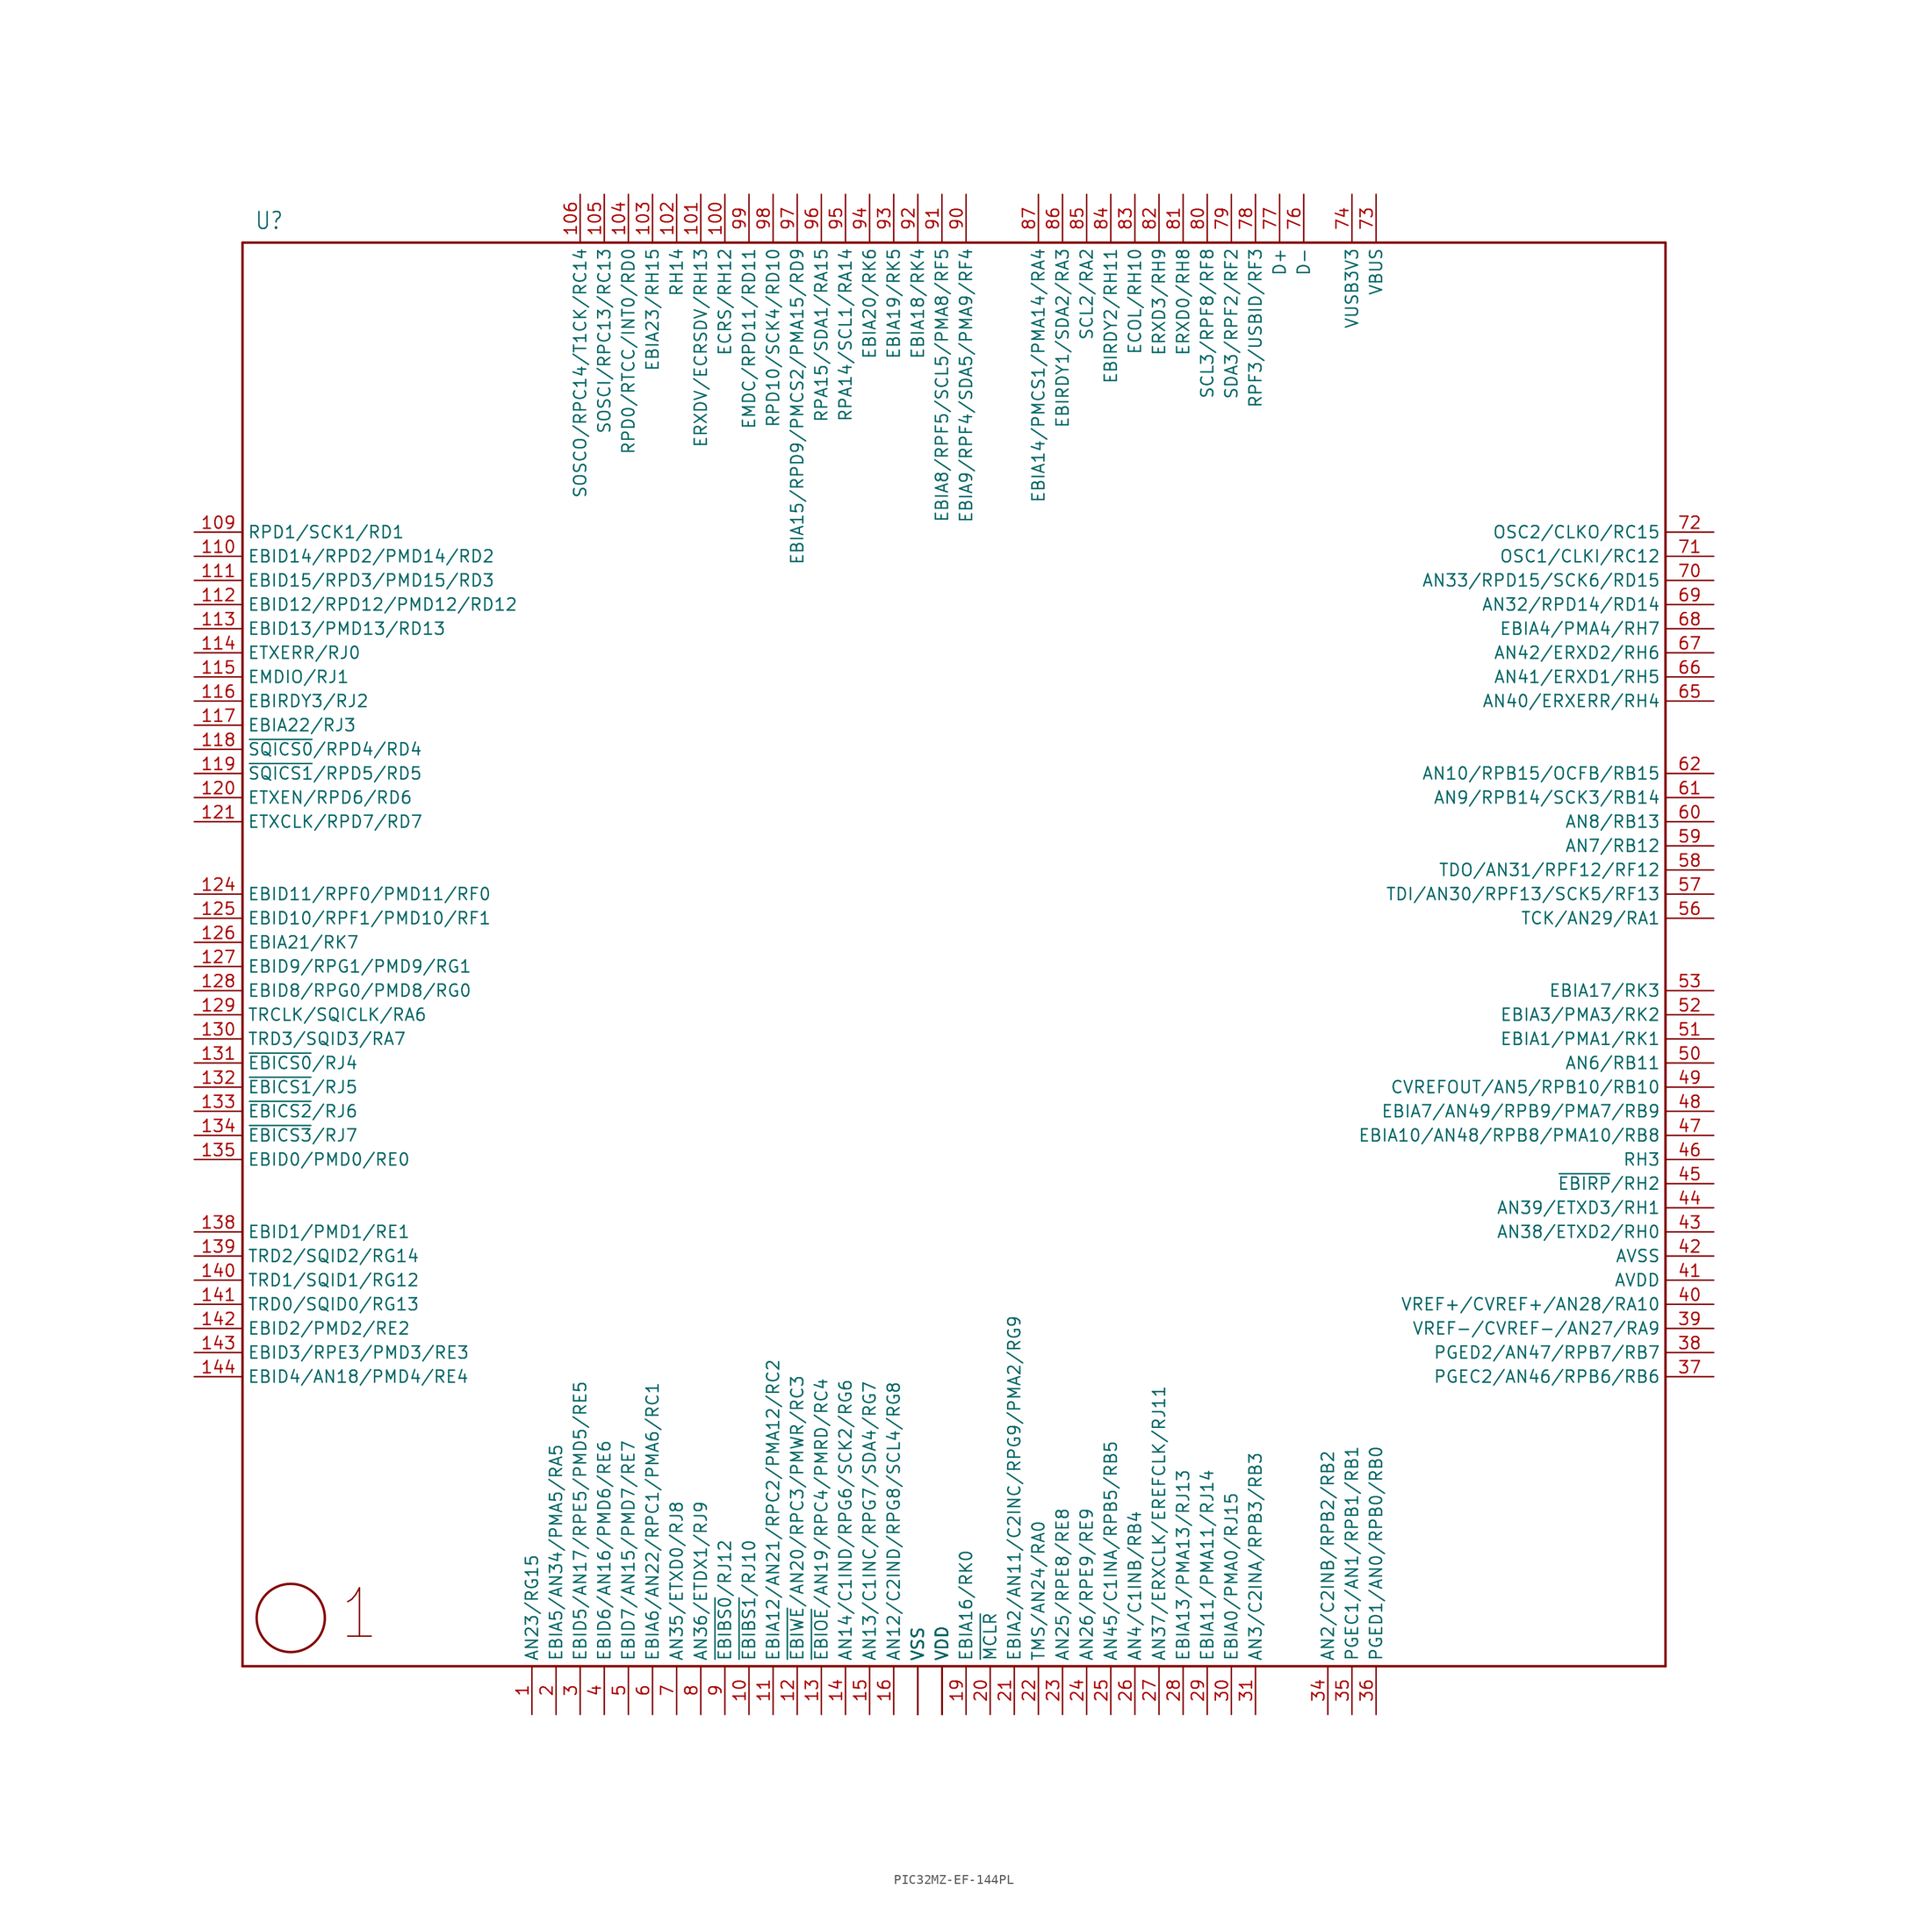
<source format=kicad_sym>
(kicad_symbol_lib
  (version 20231120)
  (generator "kicad_symbol_editor")
  (generator_version "8.0")
  (symbol "PIC32MZ-EF-144PL"
    (property "Reference" "U"
      (at -52.07 52.07 0)
      (effects (font (size 1.778 1.511)) (justify left bottom)))
    (property "Value" ""
      (at -10.16 -20.32 0)
      (effects (font (size 5.08 4.318)) (justify left bottom)))
    (property "ki_locked" ""
      (at 0 0 0)
      (effects (font (size 1.27 1.27))))
    (symbol "PIC32MZ-EF-144PL_1_0"
      (circle (center -48.26 -93.98) (radius 3.592) (stroke (width 0.254) (type solid)) (fill (type none)))
      (polyline (pts (xy -53.34 -99.06) (xy -53.34 50.8)) (stroke (width 0.254) (type solid)) (fill (type none)))
      (polyline (pts (xy -53.34 50.8) (xy 96.52 50.8)) (stroke (width 0.254) (type solid)) (fill (type none)))
      (polyline (pts (xy 96.52 -99.06) (xy -53.34 -99.06)) (stroke (width 0.254) (type solid)) (fill (type none)))
      (polyline (pts (xy 96.52 50.8) (xy 96.52 -99.06)) (stroke (width 0.254) (type solid)) (fill (type none)))
      (text "1" (at -43.18 -96.52 0) (effects (font (size 5.08 4.318)) (justify left bottom)))
      (pin bidirectional line (at -22.86 -104.14 90) (length 5.08) (name "AN23/RG15" (effects (font (size 1.27 1.27)))) (number "1" (effects (font (size 1.27 1.27)))))
      (pin bidirectional line (at 0 -104.14 90) (length 5.08) (name "~{EBIBS1}/RJ10" (effects (font (size 1.27 1.27)))) (number "10" (effects (font (size 1.27 1.27)))))
      (pin bidirectional line (at -2.54 55.88 270) (length 5.08) (name "ECRS/RH12" (effects (font (size 1.27 1.27)))) (number "100" (effects (font (size 1.27 1.27)))))
      (pin bidirectional line (at -5.08 55.88 270) (length 5.08) (name "ERXDV/ECRSDV/RH13" (effects (font (size 1.27 1.27)))) (number "101" (effects (font (size 1.27 1.27)))))
      (pin bidirectional line (at -7.62 55.88 270) (length 5.08) (name "RH14" (effects (font (size 1.27 1.27)))) (number "102" (effects (font (size 1.27 1.27)))))
      (pin bidirectional line (at -10.16 55.88 270) (length 5.08) (name "EBIA23/RH15" (effects (font (size 1.27 1.27)))) (number "103" (effects (font (size 1.27 1.27)))))
      (pin bidirectional line (at -12.7 55.88 270) (length 5.08) (name "RPD0/RTCC/INT0/RD0" (effects (font (size 1.27 1.27)))) (number "104" (effects (font (size 1.27 1.27)))))
      (pin bidirectional line (at -15.24 55.88 270) (length 5.08) (name "SOSCI/RPC13/RC13" (effects (font (size 1.27 1.27)))) (number "105" (effects (font (size 1.27 1.27)))))
      (pin bidirectional line (at -17.78 55.88 270) (length 5.08) (name "SOSCO/RPC14/T1CK/RC14" (effects (font (size 1.27 1.27)))) (number "106" (effects (font (size 1.27 1.27)))))
      (pin bidirectional line (at 20.32 -104.14 90) (length 5.08) (name "VDD" (effects (font (size 1.27 1.27)))) (number "107" (effects (font (size 0 0)))))
      (pin bidirectional line (at 17.78 -104.14 90) (length 5.08) (name "VSS" (effects (font (size 1.27 1.27)))) (number "108" (effects (font (size 0 0)))))
      (pin bidirectional line (at -58.42 20.32 0) (length 5.08) (name "RPD1/SCK1/RD1" (effects (font (size 1.27 1.27)))) (number "109" (effects (font (size 1.27 1.27)))))
      (pin bidirectional line (at 2.54 -104.14 90) (length 5.08) (name "EBIA12/AN21/RPC2/PMA12/RC2" (effects (font (size 1.27 1.27)))) (number "11" (effects (font (size 1.27 1.27)))))
      (pin bidirectional line (at -58.42 17.78 0) (length 5.08) (name "EBID14/RPD2/PMD14/RD2" (effects (font (size 1.27 1.27)))) (number "110" (effects (font (size 1.27 1.27)))))
      (pin bidirectional line (at -58.42 15.24 0) (length 5.08) (name "EBID15/RPD3/PMD15/RD3" (effects (font (size 1.27 1.27)))) (number "111" (effects (font (size 1.27 1.27)))))
      (pin bidirectional line (at -58.42 12.7 0) (length 5.08) (name "EBID12/RPD12/PMD12/RD12" (effects (font (size 1.27 1.27)))) (number "112" (effects (font (size 1.27 1.27)))))
      (pin bidirectional line (at -58.42 10.16 0) (length 5.08) (name "EBID13/PMD13/RD13" (effects (font (size 1.27 1.27)))) (number "113" (effects (font (size 1.27 1.27)))))
      (pin bidirectional line (at -58.42 7.62 0) (length 5.08) (name "ETXERR/RJ0" (effects (font (size 1.27 1.27)))) (number "114" (effects (font (size 1.27 1.27)))))
      (pin bidirectional line (at -58.42 5.08 0) (length 5.08) (name "EMDIO/RJ1" (effects (font (size 1.27 1.27)))) (number "115" (effects (font (size 1.27 1.27)))))
      (pin bidirectional line (at -58.42 2.54 0) (length 5.08) (name "EBIRDY3/RJ2" (effects (font (size 1.27 1.27)))) (number "116" (effects (font (size 1.27 1.27)))))
      (pin bidirectional line (at -58.42 0 0) (length 5.08) (name "EBIA22/RJ3" (effects (font (size 1.27 1.27)))) (number "117" (effects (font (size 1.27 1.27)))))
      (pin bidirectional line (at -58.42 -2.54 0) (length 5.08) (name "~{SQICS0}/RPD4/RD4" (effects (font (size 1.27 1.27)))) (number "118" (effects (font (size 1.27 1.27)))))
      (pin bidirectional line (at -58.42 -5.08 0) (length 5.08) (name "~{SQICS1}/RPD5/RD5" (effects (font (size 1.27 1.27)))) (number "119" (effects (font (size 1.27 1.27)))))
      (pin bidirectional line (at 5.08 -104.14 90) (length 5.08) (name "~{EBIWE}/AN20/RPC3/PMWR/RC3" (effects (font (size 1.27 1.27)))) (number "12" (effects (font (size 1.27 1.27)))))
      (pin bidirectional line (at -58.42 -7.62 0) (length 5.08) (name "ETXEN/RPD6/RD6" (effects (font (size 1.27 1.27)))) (number "120" (effects (font (size 1.27 1.27)))))
      (pin bidirectional line (at -58.42 -10.16 0) (length 5.08) (name "ETXCLK/RPD7/RD7" (effects (font (size 1.27 1.27)))) (number "121" (effects (font (size 1.27 1.27)))))
      (pin bidirectional line (at 20.32 -104.14 90) (length 5.08) (name "VDD" (effects (font (size 1.27 1.27)))) (number "122" (effects (font (size 0 0)))))
      (pin bidirectional line (at 17.78 -104.14 90) (length 5.08) (name "VSS" (effects (font (size 1.27 1.27)))) (number "123" (effects (font (size 0 0)))))
      (pin bidirectional line (at -58.42 -17.78 0) (length 5.08) (name "EBID11/RPF0/PMD11/RF0" (effects (font (size 1.27 1.27)))) (number "124" (effects (font (size 1.27 1.27)))))
      (pin bidirectional line (at -58.42 -20.32 0) (length 5.08) (name "EBID10/RPF1/PMD10/RF1" (effects (font (size 1.27 1.27)))) (number "125" (effects (font (size 1.27 1.27)))))
      (pin bidirectional line (at -58.42 -22.86 0) (length 5.08) (name "EBIA21/RK7" (effects (font (size 1.27 1.27)))) (number "126" (effects (font (size 1.27 1.27)))))
      (pin bidirectional line (at -58.42 -25.4 0) (length 5.08) (name "EBID9/RPG1/PMD9/RG1" (effects (font (size 1.27 1.27)))) (number "127" (effects (font (size 1.27 1.27)))))
      (pin bidirectional line (at -58.42 -27.94 0) (length 5.08) (name "EBID8/RPG0/PMD8/RG0" (effects (font (size 1.27 1.27)))) (number "128" (effects (font (size 1.27 1.27)))))
      (pin bidirectional line (at -58.42 -30.48 0) (length 5.08) (name "TRCLK/SQICLK/RA6" (effects (font (size 1.27 1.27)))) (number "129" (effects (font (size 1.27 1.27)))))
      (pin bidirectional line (at 7.62 -104.14 90) (length 5.08) (name "~{EBIOE}/AN19/RPC4/PMRD/RC4" (effects (font (size 1.27 1.27)))) (number "13" (effects (font (size 1.27 1.27)))))
      (pin bidirectional line (at -58.42 -33.02 0) (length 5.08) (name "TRD3/SQID3/RA7" (effects (font (size 1.27 1.27)))) (number "130" (effects (font (size 1.27 1.27)))))
      (pin bidirectional line (at -58.42 -35.56 0) (length 5.08) (name "~{EBICS0}/RJ4" (effects (font (size 1.27 1.27)))) (number "131" (effects (font (size 1.27 1.27)))))
      (pin bidirectional line (at -58.42 -38.1 0) (length 5.08) (name "~{EBICS1}/RJ5" (effects (font (size 1.27 1.27)))) (number "132" (effects (font (size 1.27 1.27)))))
      (pin bidirectional line (at -58.42 -40.64 0) (length 5.08) (name "~{EBICS2}/RJ6" (effects (font (size 1.27 1.27)))) (number "133" (effects (font (size 1.27 1.27)))))
      (pin bidirectional line (at -58.42 -43.18 0) (length 5.08) (name "~{EBICS3}/RJ7" (effects (font (size 1.27 1.27)))) (number "134" (effects (font (size 1.27 1.27)))))
      (pin bidirectional line (at -58.42 -45.72 0) (length 5.08) (name "EBID0/PMD0/RE0" (effects (font (size 1.27 1.27)))) (number "135" (effects (font (size 1.27 1.27)))))
      (pin bidirectional line (at 17.78 -104.14 90) (length 5.08) (name "VSS" (effects (font (size 1.27 1.27)))) (number "136" (effects (font (size 0 0)))))
      (pin bidirectional line (at 20.32 -104.14 90) (length 5.08) (name "VDD" (effects (font (size 1.27 1.27)))) (number "137" (effects (font (size 0 0)))))
      (pin bidirectional line (at -58.42 -53.34 0) (length 5.08) (name "EBID1/PMD1/RE1" (effects (font (size 1.27 1.27)))) (number "138" (effects (font (size 1.27 1.27)))))
      (pin bidirectional line (at -58.42 -55.88 0) (length 5.08) (name "TRD2/SQID2/RG14" (effects (font (size 1.27 1.27)))) (number "139" (effects (font (size 1.27 1.27)))))
      (pin bidirectional line (at 10.16 -104.14 90) (length 5.08) (name "AN14/C1IND/RPG6/SCK2/RG6" (effects (font (size 1.27 1.27)))) (number "14" (effects (font (size 1.27 1.27)))))
      (pin bidirectional line (at -58.42 -58.42 0) (length 5.08) (name "TRD1/SQID1/RG12" (effects (font (size 1.27 1.27)))) (number "140" (effects (font (size 1.27 1.27)))))
      (pin bidirectional line (at -58.42 -60.96 0) (length 5.08) (name "TRD0/SQID0/RG13" (effects (font (size 1.27 1.27)))) (number "141" (effects (font (size 1.27 1.27)))))
      (pin bidirectional line (at -58.42 -63.5 0) (length 5.08) (name "EBID2/PMD2/RE2" (effects (font (size 1.27 1.27)))) (number "142" (effects (font (size 1.27 1.27)))))
      (pin bidirectional line (at -58.42 -66.04 0) (length 5.08) (name "EBID3/RPE3/PMD3/RE3" (effects (font (size 1.27 1.27)))) (number "143" (effects (font (size 1.27 1.27)))))
      (pin bidirectional line (at -58.42 -68.58 0) (length 5.08) (name "EBID4/AN18/PMD4/RE4" (effects (font (size 1.27 1.27)))) (number "144" (effects (font (size 1.27 1.27)))))
      (pin bidirectional line (at 12.7 -104.14 90) (length 5.08) (name "AN13/C1INC/RPG7/SDA4/RG7" (effects (font (size 1.27 1.27)))) (number "15" (effects (font (size 1.27 1.27)))))
      (pin bidirectional line (at 15.24 -104.14 90) (length 5.08) (name "AN12/C2IND/RPG8/SCL4/RG8" (effects (font (size 1.27 1.27)))) (number "16" (effects (font (size 1.27 1.27)))))
      (pin bidirectional line (at 17.78 -104.14 90) (length 5.08) (name "VSS" (effects (font (size 1.27 1.27)))) (number "17" (effects (font (size 0 0)))))
      (pin bidirectional line (at 20.32 -104.14 90) (length 5.08) (name "VDD" (effects (font (size 1.27 1.27)))) (number "18" (effects (font (size 0 0)))))
      (pin bidirectional line (at 22.86 -104.14 90) (length 5.08) (name "EBIA16/RK0" (effects (font (size 1.27 1.27)))) (number "19" (effects (font (size 1.27 1.27)))))
      (pin bidirectional line (at -20.32 -104.14 90) (length 5.08) (name "EBIA5/AN34/PMA5/RA5" (effects (font (size 1.27 1.27)))) (number "2" (effects (font (size 1.27 1.27)))))
      (pin bidirectional line (at 25.4 -104.14 90) (length 5.08) (name "~{MCLR}" (effects (font (size 1.27 1.27)))) (number "20" (effects (font (size 1.27 1.27)))))
      (pin bidirectional line (at 27.94 -104.14 90) (length 5.08) (name "EBIA2/AN11/C2INC/RPG9/PMA2/RG9" (effects (font (size 1.27 1.27)))) (number "21" (effects (font (size 1.27 1.27)))))
      (pin bidirectional line (at 30.48 -104.14 90) (length 5.08) (name "TMS/AN24/RA0" (effects (font (size 1.27 1.27)))) (number "22" (effects (font (size 1.27 1.27)))))
      (pin bidirectional line (at 33.02 -104.14 90) (length 5.08) (name "AN25/RPE8/RE8" (effects (font (size 1.27 1.27)))) (number "23" (effects (font (size 1.27 1.27)))))
      (pin bidirectional line (at 35.56 -104.14 90) (length 5.08) (name "AN26/RPE9/RE9" (effects (font (size 1.27 1.27)))) (number "24" (effects (font (size 1.27 1.27)))))
      (pin bidirectional line (at 38.1 -104.14 90) (length 5.08) (name "AN45/C1INA/RPB5/RB5" (effects (font (size 1.27 1.27)))) (number "25" (effects (font (size 1.27 1.27)))))
      (pin bidirectional line (at 40.64 -104.14 90) (length 5.08) (name "AN4/C1INB/RB4" (effects (font (size 1.27 1.27)))) (number "26" (effects (font (size 1.27 1.27)))))
      (pin bidirectional line (at 43.18 -104.14 90) (length 5.08) (name "AN37/ERXCLK/EREFCLK/RJ11" (effects (font (size 1.27 1.27)))) (number "27" (effects (font (size 1.27 1.27)))))
      (pin bidirectional line (at 45.72 -104.14 90) (length 5.08) (name "EBIA13/PMA13/RJ13" (effects (font (size 1.27 1.27)))) (number "28" (effects (font (size 1.27 1.27)))))
      (pin bidirectional line (at 48.26 -104.14 90) (length 5.08) (name "EBIA11/PMA11/RJ14" (effects (font (size 1.27 1.27)))) (number "29" (effects (font (size 1.27 1.27)))))
      (pin bidirectional line (at -17.78 -104.14 90) (length 5.08) (name "EBID5/AN17/RPE5/PMD5/RE5" (effects (font (size 1.27 1.27)))) (number "3" (effects (font (size 1.27 1.27)))))
      (pin bidirectional line (at 50.8 -104.14 90) (length 5.08) (name "EBIA0/PMA0/RJ15" (effects (font (size 1.27 1.27)))) (number "30" (effects (font (size 1.27 1.27)))))
      (pin bidirectional line (at 53.34 -104.14 90) (length 5.08) (name "AN3/C2INA/RPB3/RB3" (effects (font (size 1.27 1.27)))) (number "31" (effects (font (size 1.27 1.27)))))
      (pin bidirectional line (at 17.78 -104.14 90) (length 5.08) (name "VSS" (effects (font (size 1.27 1.27)))) (number "32" (effects (font (size 0 0)))))
      (pin bidirectional line (at 20.32 -104.14 90) (length 5.08) (name "VDD" (effects (font (size 1.27 1.27)))) (number "33" (effects (font (size 0 0)))))
      (pin bidirectional line (at 60.96 -104.14 90) (length 5.08) (name "AN2/C2INB/RPB2/RB2" (effects (font (size 1.27 1.27)))) (number "34" (effects (font (size 1.27 1.27)))))
      (pin bidirectional line (at 63.5 -104.14 90) (length 5.08) (name "PGEC1/AN1/RPB1/RB1" (effects (font (size 1.27 1.27)))) (number "35" (effects (font (size 1.27 1.27)))))
      (pin bidirectional line (at 66.04 -104.14 90) (length 5.08) (name "PGED1/AN0/RPB0/RB0" (effects (font (size 1.27 1.27)))) (number "36" (effects (font (size 1.27 1.27)))))
      (pin bidirectional line (at 101.6 -68.58 180) (length 5.08) (name "PGEC2/AN46/RPB6/RB6" (effects (font (size 1.27 1.27)))) (number "37" (effects (font (size 1.27 1.27)))))
      (pin bidirectional line (at 101.6 -66.04 180) (length 5.08) (name "PGED2/AN47/RPB7/RB7" (effects (font (size 1.27 1.27)))) (number "38" (effects (font (size 1.27 1.27)))))
      (pin bidirectional line (at 101.6 -63.5 180) (length 5.08) (name "VREF-/CVREF-/AN27/RA9" (effects (font (size 1.27 1.27)))) (number "39" (effects (font (size 1.27 1.27)))))
      (pin bidirectional line (at -15.24 -104.14 90) (length 5.08) (name "EBID6/AN16/PMD6/RE6" (effects (font (size 1.27 1.27)))) (number "4" (effects (font (size 1.27 1.27)))))
      (pin bidirectional line (at 101.6 -60.96 180) (length 5.08) (name "VREF+/CVREF+/AN28/RA10" (effects (font (size 1.27 1.27)))) (number "40" (effects (font (size 1.27 1.27)))))
      (pin bidirectional line (at 101.6 -58.42 180) (length 5.08) (name "AVDD" (effects (font (size 1.27 1.27)))) (number "41" (effects (font (size 1.27 1.27)))))
      (pin bidirectional line (at 101.6 -55.88 180) (length 5.08) (name "AVSS" (effects (font (size 1.27 1.27)))) (number "42" (effects (font (size 1.27 1.27)))))
      (pin bidirectional line (at 101.6 -53.34 180) (length 5.08) (name "AN38/ETXD2/RH0" (effects (font (size 1.27 1.27)))) (number "43" (effects (font (size 1.27 1.27)))))
      (pin bidirectional line (at 101.6 -50.8 180) (length 5.08) (name "AN39/ETXD3/RH1" (effects (font (size 1.27 1.27)))) (number "44" (effects (font (size 1.27 1.27)))))
      (pin bidirectional line (at 101.6 -48.26 180) (length 5.08) (name "~{EBIRP}/RH2" (effects (font (size 1.27 1.27)))) (number "45" (effects (font (size 1.27 1.27)))))
      (pin bidirectional line (at 101.6 -45.72 180) (length 5.08) (name "RH3" (effects (font (size 1.27 1.27)))) (number "46" (effects (font (size 1.27 1.27)))))
      (pin bidirectional line (at 101.6 -43.18 180) (length 5.08) (name "EBIA10/AN48/RPB8/PMA10/RB8" (effects (font (size 1.27 1.27)))) (number "47" (effects (font (size 1.27 1.27)))))
      (pin bidirectional line (at 101.6 -40.64 180) (length 5.08) (name "EBIA7/AN49/RPB9/PMA7/RB9" (effects (font (size 1.27 1.27)))) (number "48" (effects (font (size 1.27 1.27)))))
      (pin bidirectional line (at 101.6 -38.1 180) (length 5.08) (name "CVREFOUT/AN5/RPB10/RB10" (effects (font (size 1.27 1.27)))) (number "49" (effects (font (size 1.27 1.27)))))
      (pin bidirectional line (at -12.7 -104.14 90) (length 5.08) (name "EBID7/AN15/PMD7/RE7" (effects (font (size 1.27 1.27)))) (number "5" (effects (font (size 1.27 1.27)))))
      (pin bidirectional line (at 101.6 -35.56 180) (length 5.08) (name "AN6/RB11" (effects (font (size 1.27 1.27)))) (number "50" (effects (font (size 1.27 1.27)))))
      (pin bidirectional line (at 101.6 -33.02 180) (length 5.08) (name "EBIA1/PMA1/RK1" (effects (font (size 1.27 1.27)))) (number "51" (effects (font (size 1.27 1.27)))))
      (pin bidirectional line (at 101.6 -30.48 180) (length 5.08) (name "EBIA3/PMA3/RK2" (effects (font (size 1.27 1.27)))) (number "52" (effects (font (size 1.27 1.27)))))
      (pin bidirectional line (at 101.6 -27.94 180) (length 5.08) (name "EBIA17/RK3" (effects (font (size 1.27 1.27)))) (number "53" (effects (font (size 1.27 1.27)))))
      (pin bidirectional line (at 17.78 -104.14 90) (length 5.08) (name "VSS" (effects (font (size 1.27 1.27)))) (number "54" (effects (font (size 0 0)))))
      (pin bidirectional line (at 20.32 -104.14 90) (length 5.08) (name "VDD" (effects (font (size 1.27 1.27)))) (number "55" (effects (font (size 0 0)))))
      (pin bidirectional line (at 101.6 -20.32 180) (length 5.08) (name "TCK/AN29/RA1" (effects (font (size 1.27 1.27)))) (number "56" (effects (font (size 1.27 1.27)))))
      (pin bidirectional line (at 101.6 -17.78 180) (length 5.08) (name "TDI/AN30/RPF13/SCK5/RF13" (effects (font (size 1.27 1.27)))) (number "57" (effects (font (size 1.27 1.27)))))
      (pin bidirectional line (at 101.6 -15.24 180) (length 5.08) (name "TDO/AN31/RPF12/RF12" (effects (font (size 1.27 1.27)))) (number "58" (effects (font (size 1.27 1.27)))))
      (pin bidirectional line (at 101.6 -12.7 180) (length 5.08) (name "AN7/RB12" (effects (font (size 1.27 1.27)))) (number "59" (effects (font (size 1.27 1.27)))))
      (pin bidirectional line (at -10.16 -104.14 90) (length 5.08) (name "EBIA6/AN22/RPC1/PMA6/RC1" (effects (font (size 1.27 1.27)))) (number "6" (effects (font (size 1.27 1.27)))))
      (pin bidirectional line (at 101.6 -10.16 180) (length 5.08) (name "AN8/RB13" (effects (font (size 1.27 1.27)))) (number "60" (effects (font (size 1.27 1.27)))))
      (pin bidirectional line (at 101.6 -7.62 180) (length 5.08) (name "AN9/RPB14/SCK3/RB14" (effects (font (size 1.27 1.27)))) (number "61" (effects (font (size 1.27 1.27)))))
      (pin bidirectional line (at 101.6 -5.08 180) (length 5.08) (name "AN10/RPB15/OCFB/RB15" (effects (font (size 1.27 1.27)))) (number "62" (effects (font (size 1.27 1.27)))))
      (pin bidirectional line (at 17.78 -104.14 90) (length 5.08) (name "VSS" (effects (font (size 1.27 1.27)))) (number "63" (effects (font (size 0 0)))))
      (pin bidirectional line (at 20.32 -104.14 90) (length 5.08) (name "VDD" (effects (font (size 1.27 1.27)))) (number "64" (effects (font (size 0 0)))))
      (pin bidirectional line (at 101.6 2.54 180) (length 5.08) (name "AN40/ERXERR/RH4" (effects (font (size 1.27 1.27)))) (number "65" (effects (font (size 1.27 1.27)))))
      (pin bidirectional line (at 101.6 5.08 180) (length 5.08) (name "AN41/ERXD1/RH5" (effects (font (size 1.27 1.27)))) (number "66" (effects (font (size 1.27 1.27)))))
      (pin bidirectional line (at 101.6 7.62 180) (length 5.08) (name "AN42/ERXD2/RH6" (effects (font (size 1.27 1.27)))) (number "67" (effects (font (size 1.27 1.27)))))
      (pin bidirectional line (at 101.6 10.16 180) (length 5.08) (name "EBIA4/PMA4/RH7" (effects (font (size 1.27 1.27)))) (number "68" (effects (font (size 1.27 1.27)))))
      (pin bidirectional line (at 101.6 12.7 180) (length 5.08) (name "AN32/RPD14/RD14" (effects (font (size 1.27 1.27)))) (number "69" (effects (font (size 1.27 1.27)))))
      (pin bidirectional line (at -7.62 -104.14 90) (length 5.08) (name "AN35/ETXD0/RJ8" (effects (font (size 1.27 1.27)))) (number "7" (effects (font (size 1.27 1.27)))))
      (pin bidirectional line (at 101.6 15.24 180) (length 5.08) (name "AN33/RPD15/SCK6/RD15" (effects (font (size 1.27 1.27)))) (number "70" (effects (font (size 1.27 1.27)))))
      (pin bidirectional line (at 101.6 17.78 180) (length 5.08) (name "OSC1/CLKI/RC12" (effects (font (size 1.27 1.27)))) (number "71" (effects (font (size 1.27 1.27)))))
      (pin bidirectional line (at 101.6 20.32 180) (length 5.08) (name "OSC2/CLKO/RC15" (effects (font (size 1.27 1.27)))) (number "72" (effects (font (size 1.27 1.27)))))
      (pin bidirectional line (at 66.04 55.88 270) (length 5.08) (name "VBUS" (effects (font (size 1.27 1.27)))) (number "73" (effects (font (size 1.27 1.27)))))
      (pin power_in line (at 63.5 55.88 270) (length 5.08) (name "VUSB3V3" (effects (font (size 1.27 1.27)))) (number "74" (effects (font (size 1.27 1.27)))))
      (pin bidirectional line (at 17.78 -104.14 90) (length 5.08) (name "VSS" (effects (font (size 1.27 1.27)))) (number "75" (effects (font (size 0 0)))))
      (pin bidirectional line (at 58.42 55.88 270) (length 5.08) (name "D-" (effects (font (size 1.27 1.27)))) (number "76" (effects (font (size 1.27 1.27)))))
      (pin bidirectional line (at 55.88 55.88 270) (length 5.08) (name "D+" (effects (font (size 1.27 1.27)))) (number "77" (effects (font (size 1.27 1.27)))))
      (pin bidirectional line (at 53.34 55.88 270) (length 5.08) (name "RPF3/USBID/RF3" (effects (font (size 1.27 1.27)))) (number "78" (effects (font (size 1.27 1.27)))))
      (pin bidirectional line (at 50.8 55.88 270) (length 5.08) (name "SDA3/RPF2/RF2" (effects (font (size 1.27 1.27)))) (number "79" (effects (font (size 1.27 1.27)))))
      (pin bidirectional line (at -5.08 -104.14 90) (length 5.08) (name "AN36/ETDX1/RJ9" (effects (font (size 1.27 1.27)))) (number "8" (effects (font (size 1.27 1.27)))))
      (pin bidirectional line (at 48.26 55.88 270) (length 5.08) (name "SCL3/RPF8/RF8" (effects (font (size 1.27 1.27)))) (number "80" (effects (font (size 1.27 1.27)))))
      (pin bidirectional line (at 45.72 55.88 270) (length 5.08) (name "ERXD0/RH8" (effects (font (size 1.27 1.27)))) (number "81" (effects (font (size 1.27 1.27)))))
      (pin bidirectional line (at 43.18 55.88 270) (length 5.08) (name "ERXD3/RH9" (effects (font (size 1.27 1.27)))) (number "82" (effects (font (size 1.27 1.27)))))
      (pin bidirectional line (at 40.64 55.88 270) (length 5.08) (name "ECOL/RH10" (effects (font (size 1.27 1.27)))) (number "83" (effects (font (size 1.27 1.27)))))
      (pin bidirectional line (at 38.1 55.88 270) (length 5.08) (name "EBIRDY2/RH11" (effects (font (size 1.27 1.27)))) (number "84" (effects (font (size 1.27 1.27)))))
      (pin bidirectional line (at 35.56 55.88 270) (length 5.08) (name "SCL2/RA2" (effects (font (size 1.27 1.27)))) (number "85" (effects (font (size 1.27 1.27)))))
      (pin bidirectional line (at 33.02 55.88 270) (length 5.08) (name "EBIRDY1/SDA2/RA3" (effects (font (size 1.27 1.27)))) (number "86" (effects (font (size 1.27 1.27)))))
      (pin bidirectional line (at 30.48 55.88 270) (length 5.08) (name "EBIA14/PMCS1/PMA14/RA4" (effects (font (size 1.27 1.27)))) (number "87" (effects (font (size 1.27 1.27)))))
      (pin bidirectional line (at 20.32 -104.14 90) (length 5.08) (name "VDD" (effects (font (size 1.27 1.27)))) (number "88" (effects (font (size 0 0)))))
      (pin bidirectional line (at 17.78 -104.14 90) (length 5.08) (name "VSS" (effects (font (size 1.27 1.27)))) (number "89" (effects (font (size 0 0)))))
      (pin bidirectional line (at -2.54 -104.14 90) (length 5.08) (name "~{EBIBS0}/RJ12" (effects (font (size 1.27 1.27)))) (number "9" (effects (font (size 1.27 1.27)))))
      (pin bidirectional line (at 22.86 55.88 270) (length 5.08) (name "EBIA9/RPF4/SDA5/PMA9/RF4" (effects (font (size 1.27 1.27)))) (number "90" (effects (font (size 1.27 1.27)))))
      (pin bidirectional line (at 20.32 55.88 270) (length 5.08) (name "EBIA8/RPF5/SCL5/PMA8/RF5" (effects (font (size 1.27 1.27)))) (number "91" (effects (font (size 1.27 1.27)))))
      (pin bidirectional line (at 17.78 55.88 270) (length 5.08) (name "EBIA18/RK4" (effects (font (size 1.27 1.27)))) (number "92" (effects (font (size 1.27 1.27)))))
      (pin bidirectional line (at 15.24 55.88 270) (length 5.08) (name "EBIA19/RK5" (effects (font (size 1.27 1.27)))) (number "93" (effects (font (size 1.27 1.27)))))
      (pin bidirectional line (at 12.7 55.88 270) (length 5.08) (name "EBIA20/RK6" (effects (font (size 1.27 1.27)))) (number "94" (effects (font (size 1.27 1.27)))))
      (pin bidirectional line (at 10.16 55.88 270) (length 5.08) (name "RPA14/SCL1/RA14" (effects (font (size 1.27 1.27)))) (number "95" (effects (font (size 1.27 1.27)))))
      (pin bidirectional line (at 7.62 55.88 270) (length 5.08) (name "RPA15/SDA1/RA15" (effects (font (size 1.27 1.27)))) (number "96" (effects (font (size 1.27 1.27)))))
      (pin bidirectional line (at 5.08 55.88 270) (length 5.08) (name "EBIA15/RPD9/PMCS2/PMA15/RD9" (effects (font (size 1.27 1.27)))) (number "97" (effects (font (size 1.27 1.27)))))
      (pin bidirectional line (at 2.54 55.88 270) (length 5.08) (name "RPD10/SCK4/RD10" (effects (font (size 1.27 1.27)))) (number "98" (effects (font (size 1.27 1.27)))))
      (pin bidirectional line (at 0 55.88 270) (length 5.08) (name "EMDC/RPD11/RD11" (effects (font (size 1.27 1.27)))) (number "99" (effects (font (size 1.27 1.27))))))))
</source>
